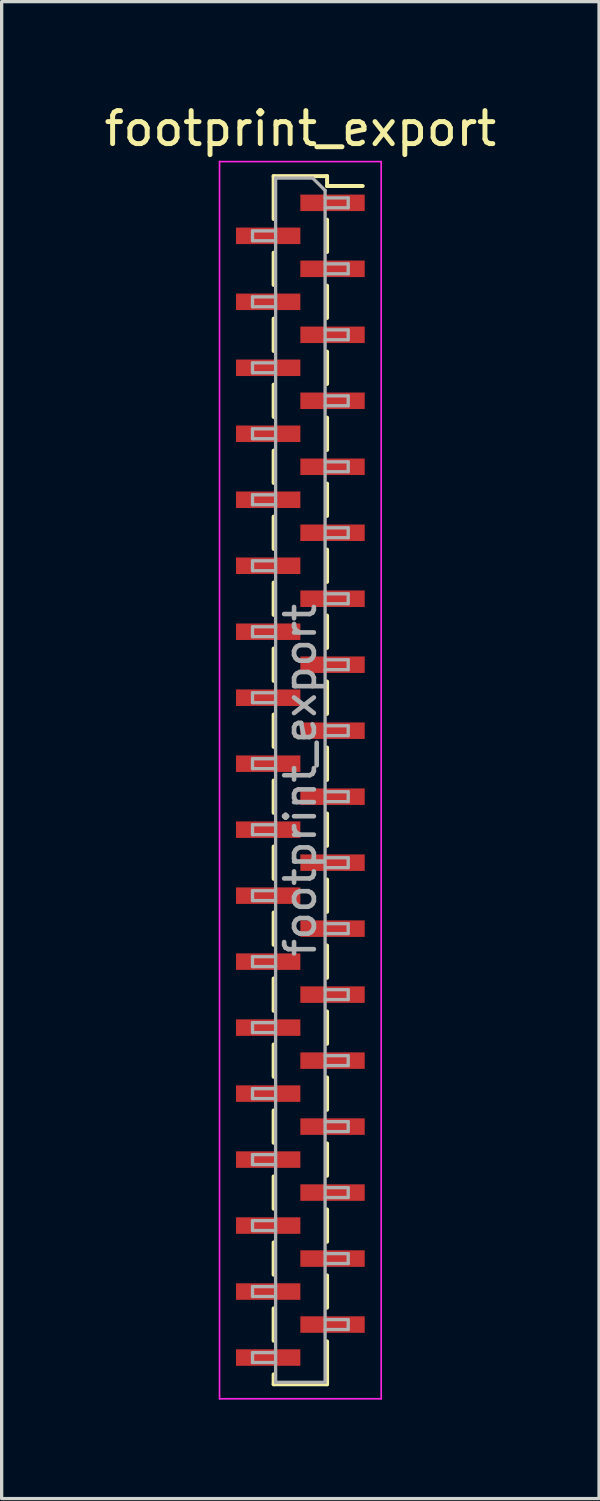
<source format=kicad_pcb>
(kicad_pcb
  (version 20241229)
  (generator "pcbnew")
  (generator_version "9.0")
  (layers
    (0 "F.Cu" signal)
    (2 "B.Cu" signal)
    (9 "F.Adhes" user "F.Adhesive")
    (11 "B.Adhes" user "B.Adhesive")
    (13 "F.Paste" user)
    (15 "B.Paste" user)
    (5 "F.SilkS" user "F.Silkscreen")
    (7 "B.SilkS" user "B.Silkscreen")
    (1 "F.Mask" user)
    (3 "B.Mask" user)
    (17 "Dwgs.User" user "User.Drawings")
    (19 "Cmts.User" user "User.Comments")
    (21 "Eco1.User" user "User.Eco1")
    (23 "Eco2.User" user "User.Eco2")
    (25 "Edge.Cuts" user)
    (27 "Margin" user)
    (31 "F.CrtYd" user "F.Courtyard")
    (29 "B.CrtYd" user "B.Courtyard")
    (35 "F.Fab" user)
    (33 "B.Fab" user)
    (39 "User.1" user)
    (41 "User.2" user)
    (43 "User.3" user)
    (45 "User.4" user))
  (footprint "footprint_export"
    (layer "F.Cu")
    (at 6.054 20.598)
    (property "Reference" "footprint_export" (at 0 -19.75 0) (layer "F.SilkS") (effects (font (size 1 1) (thickness 0.15))))
    (attr smd)
    (fp_line (start -0.81 -18.31) (end -0.81 -17.01) (stroke (width 0.12) (type solid)) (layer "F.SilkS"))
    (fp_line (start -0.81 -18.31) (end 0.81 -18.31) (stroke (width 0.12) (type solid)) (layer "F.SilkS"))
    (fp_line (start -0.81 -15.99) (end -0.81 -15.01) (stroke (width 0.12) (type solid)) (layer "F.SilkS"))
    (fp_line (start -0.81 -13.99) (end -0.81 -13.01) (stroke (width 0.12) (type solid)) (layer "F.SilkS"))
    (fp_line (start -0.81 -11.99) (end -0.81 -11.01) (stroke (width 0.12) (type solid)) (layer "F.SilkS"))
    (fp_line (start -0.81 -9.99) (end -0.81 -9.01) (stroke (width 0.12) (type solid)) (layer "F.SilkS"))
    (fp_line (start -0.81 -7.99) (end -0.81 -7.01) (stroke (width 0.12) (type solid)) (layer "F.SilkS"))
    (fp_line (start -0.81 -5.99) (end -0.81 -5.01) (stroke (width 0.12) (type solid)) (layer "F.SilkS"))
    (fp_line (start -0.81 -3.99) (end -0.81 -3.01) (stroke (width 0.12) (type solid)) (layer "F.SilkS"))
    (fp_line (start -0.81 -1.99) (end -0.81 -1.01) (stroke (width 0.12) (type solid)) (layer "F.SilkS"))
    (fp_line (start -0.81 0.01) (end -0.81 0.99) (stroke (width 0.12) (type solid)) (layer "F.SilkS"))
    (fp_line (start -0.81 2.01) (end -0.81 2.99) (stroke (width 0.12) (type solid)) (layer "F.SilkS"))
    (fp_line (start -0.81 4.01) (end -0.81 4.99) (stroke (width 0.12) (type solid)) (layer "F.SilkS"))
    (fp_line (start -0.81 6.01) (end -0.81 6.99) (stroke (width 0.12) (type solid)) (layer "F.SilkS"))
    (fp_line (start -0.81 8.01) (end -0.81 8.99) (stroke (width 0.12) (type solid)) (layer "F.SilkS"))
    (fp_line (start -0.81 10.01) (end -0.81 10.99) (stroke (width 0.12) (type solid)) (layer "F.SilkS"))
    (fp_line (start -0.81 12.01) (end -0.81 12.99) (stroke (width 0.12) (type solid)) (layer "F.SilkS"))
    (fp_line (start -0.81 14.01) (end -0.81 14.99) (stroke (width 0.12) (type solid)) (layer "F.SilkS"))
    (fp_line (start -0.81 16.01) (end -0.81 16.99) (stroke (width 0.12) (type solid)) (layer "F.SilkS"))
    (fp_line (start -0.81 18.01) (end -0.81 18.31) (stroke (width 0.12) (type solid)) (layer "F.SilkS"))
    (fp_line (start -0.81 18.31) (end 0.81 18.31) (stroke (width 0.12) (type solid)) (layer "F.SilkS"))
    (fp_line (start 0.81 -18.31) (end 0.81 -18.01) (stroke (width 0.12) (type solid)) (layer "F.SilkS"))
    (fp_line (start 0.81 -18.01) (end 1.89 -18.01) (stroke (width 0.12) (type solid)) (layer "F.SilkS"))
    (fp_line (start 0.81 -16.99) (end 0.81 -16.01) (stroke (width 0.12) (type solid)) (layer "F.SilkS"))
    (fp_line (start 0.81 -14.99) (end 0.81 -14.01) (stroke (width 0.12) (type solid)) (layer "F.SilkS"))
    (fp_line (start 0.81 -12.99) (end 0.81 -12.01) (stroke (width 0.12) (type solid)) (layer "F.SilkS"))
    (fp_line (start 0.81 -10.99) (end 0.81 -10.01) (stroke (width 0.12) (type solid)) (layer "F.SilkS"))
    (fp_line (start 0.81 -8.99) (end 0.81 -8.01) (stroke (width 0.12) (type solid)) (layer "F.SilkS"))
    (fp_line (start 0.81 -6.99) (end 0.81 -6.01) (stroke (width 0.12) (type solid)) (layer "F.SilkS"))
    (fp_line (start 0.81 -4.99) (end 0.81 -4.01) (stroke (width 0.12) (type solid)) (layer "F.SilkS"))
    (fp_line (start 0.81 -2.99) (end 0.81 -2.01) (stroke (width 0.12) (type solid)) (layer "F.SilkS"))
    (fp_line (start 0.81 -0.99) (end 0.81 -0.01) (stroke (width 0.12) (type solid)) (layer "F.SilkS"))
    (fp_line (start 0.81 1.01) (end 0.81 1.99) (stroke (width 0.12) (type solid)) (layer "F.SilkS"))
    (fp_line (start 0.81 3.01) (end 0.81 3.99) (stroke (width 0.12) (type solid)) (layer "F.SilkS"))
    (fp_line (start 0.81 5.01) (end 0.81 5.99) (stroke (width 0.12) (type solid)) (layer "F.SilkS"))
    (fp_line (start 0.81 7.01) (end 0.81 7.99) (stroke (width 0.12) (type solid)) (layer "F.SilkS"))
    (fp_line (start 0.81 9.01) (end 0.81 9.99) (stroke (width 0.12) (type solid)) (layer "F.SilkS"))
    (fp_line (start 0.81 11.01) (end 0.81 11.99) (stroke (width 0.12) (type solid)) (layer "F.SilkS"))
    (fp_line (start 0.81 13.01) (end 0.81 13.99) (stroke (width 0.12) (type solid)) (layer "F.SilkS"))
    (fp_line (start 0.81 15.01) (end 0.81 15.99) (stroke (width 0.12) (type solid)) (layer "F.SilkS"))
    (fp_line (start 0.81 17.01) (end 0.81 18.31) (stroke (width 0.12) (type solid)) (layer "F.SilkS"))
    (fp_line (start -2.45 -18.75) (end 2.45 -18.75) (stroke (width 0.05) (type solid)) (layer "F.CrtYd"))
    (fp_line (start -2.45 18.75) (end -2.45 -18.75) (stroke (width 0.05) (type solid)) (layer "F.CrtYd"))
    (fp_line (start 2.45 -18.75) (end 2.45 18.75) (stroke (width 0.05) (type solid)) (layer "F.CrtYd"))
    (fp_line (start 2.45 18.75) (end -2.45 18.75) (stroke (width 0.05) (type solid)) (layer "F.CrtYd"))
    (fp_line (start -1.45 -16.65) (end -0.75 -16.65) (stroke (width 0.1) (type solid)) (layer "F.Fab"))
    (fp_line (start -1.45 -16.35) (end -1.45 -16.65) (stroke (width 0.1) (type solid)) (layer "F.Fab"))
    (fp_line (start -1.45 -14.65) (end -0.75 -14.65) (stroke (width 0.1) (type solid)) (layer "F.Fab"))
    (fp_line (start -1.45 -14.35) (end -1.45 -14.65) (stroke (width 0.1) (type solid)) (layer "F.Fab"))
    (fp_line (start -1.45 -12.65) (end -0.75 -12.65) (stroke (width 0.1) (type solid)) (layer "F.Fab"))
    (fp_line (start -1.45 -12.35) (end -1.45 -12.65) (stroke (width 0.1) (type solid)) (layer "F.Fab"))
    (fp_line (start -1.45 -10.65) (end -0.75 -10.65) (stroke (width 0.1) (type solid)) (layer "F.Fab"))
    (fp_line (start -1.45 -10.35) (end -1.45 -10.65) (stroke (width 0.1) (type solid)) (layer "F.Fab"))
    (fp_line (start -1.45 -8.65) (end -0.75 -8.65) (stroke (width 0.1) (type solid)) (layer "F.Fab"))
    (fp_line (start -1.45 -8.35) (end -1.45 -8.65) (stroke (width 0.1) (type solid)) (layer "F.Fab"))
    (fp_line (start -1.45 -6.65) (end -0.75 -6.65) (stroke (width 0.1) (type solid)) (layer "F.Fab"))
    (fp_line (start -1.45 -6.35) (end -1.45 -6.65) (stroke (width 0.1) (type solid)) (layer "F.Fab"))
    (fp_line (start -1.45 -4.65) (end -0.75 -4.65) (stroke (width 0.1) (type solid)) (layer "F.Fab"))
    (fp_line (start -1.45 -4.35) (end -1.45 -4.65) (stroke (width 0.1) (type solid)) (layer "F.Fab"))
    (fp_line (start -1.45 -2.65) (end -0.75 -2.65) (stroke (width 0.1) (type solid)) (layer "F.Fab"))
    (fp_line (start -1.45 -2.35) (end -1.45 -2.65) (stroke (width 0.1) (type solid)) (layer "F.Fab"))
    (fp_line (start -1.45 -0.65) (end -0.75 -0.65) (stroke (width 0.1) (type solid)) (layer "F.Fab"))
    (fp_line (start -1.45 -0.35) (end -1.45 -0.65) (stroke (width 0.1) (type solid)) (layer "F.Fab"))
    (fp_line (start -1.45 1.35) (end -0.75 1.35) (stroke (width 0.1) (type solid)) (layer "F.Fab"))
    (fp_line (start -1.45 1.65) (end -1.45 1.35) (stroke (width 0.1) (type solid)) (layer "F.Fab"))
    (fp_line (start -1.45 3.35) (end -0.75 3.35) (stroke (width 0.1) (type solid)) (layer "F.Fab"))
    (fp_line (start -1.45 3.65) (end -1.45 3.35) (stroke (width 0.1) (type solid)) (layer "F.Fab"))
    (fp_line (start -1.45 5.35) (end -0.75 5.35) (stroke (width 0.1) (type solid)) (layer "F.Fab"))
    (fp_line (start -1.45 5.65) (end -1.45 5.35) (stroke (width 0.1) (type solid)) (layer "F.Fab"))
    (fp_line (start -1.45 7.35) (end -0.75 7.35) (stroke (width 0.1) (type solid)) (layer "F.Fab"))
    (fp_line (start -1.45 7.65) (end -1.45 7.35) (stroke (width 0.1) (type solid)) (layer "F.Fab"))
    (fp_line (start -1.45 9.35) (end -0.75 9.35) (stroke (width 0.1) (type solid)) (layer "F.Fab"))
    (fp_line (start -1.45 9.65) (end -1.45 9.35) (stroke (width 0.1) (type solid)) (layer "F.Fab"))
    (fp_line (start -1.45 11.35) (end -0.75 11.35) (stroke (width 0.1) (type solid)) (layer "F.Fab"))
    (fp_line (start -1.45 11.65) (end -1.45 11.35) (stroke (width 0.1) (type solid)) (layer "F.Fab"))
    (fp_line (start -1.45 13.35) (end -0.75 13.35) (stroke (width 0.1) (type solid)) (layer "F.Fab"))
    (fp_line (start -1.45 13.65) (end -1.45 13.35) (stroke (width 0.1) (type solid)) (layer "F.Fab"))
    (fp_line (start -1.45 15.35) (end -0.75 15.35) (stroke (width 0.1) (type solid)) (layer "F.Fab"))
    (fp_line (start -1.45 15.65) (end -1.45 15.35) (stroke (width 0.1) (type solid)) (layer "F.Fab"))
    (fp_line (start -1.45 17.35) (end -0.75 17.35) (stroke (width 0.1) (type solid)) (layer "F.Fab"))
    (fp_line (start -1.45 17.65) (end -1.45 17.35) (stroke (width 0.1) (type solid)) (layer "F.Fab"))
    (fp_line (start -0.75 -18.25) (end 0.375 -18.25) (stroke (width 0.1) (type solid)) (layer "F.Fab"))
    (fp_line (start -0.75 -16.35) (end -1.45 -16.35) (stroke (width 0.1) (type solid)) (layer "F.Fab"))
    (fp_line (start -0.75 -14.35) (end -1.45 -14.35) (stroke (width 0.1) (type solid)) (layer "F.Fab"))
    (fp_line (start -0.75 -12.35) (end -1.45 -12.35) (stroke (width 0.1) (type solid)) (layer "F.Fab"))
    (fp_line (start -0.75 -10.35) (end -1.45 -10.35) (stroke (width 0.1) (type solid)) (layer "F.Fab"))
    (fp_line (start -0.75 -8.35) (end -1.45 -8.35) (stroke (width 0.1) (type solid)) (layer "F.Fab"))
    (fp_line (start -0.75 -6.35) (end -1.45 -6.35) (stroke (width 0.1) (type solid)) (layer "F.Fab"))
    (fp_line (start -0.75 -4.35) (end -1.45 -4.35) (stroke (width 0.1) (type solid)) (layer "F.Fab"))
    (fp_line (start -0.75 -2.35) (end -1.45 -2.35) (stroke (width 0.1) (type solid)) (layer "F.Fab"))
    (fp_line (start -0.75 -0.35) (end -1.45 -0.35) (stroke (width 0.1) (type solid)) (layer "F.Fab"))
    (fp_line (start -0.75 1.65) (end -1.45 1.65) (stroke (width 0.1) (type solid)) (layer "F.Fab"))
    (fp_line (start -0.75 3.65) (end -1.45 3.65) (stroke (width 0.1) (type solid)) (layer "F.Fab"))
    (fp_line (start -0.75 5.65) (end -1.45 5.65) (stroke (width 0.1) (type solid)) (layer "F.Fab"))
    (fp_line (start -0.75 7.65) (end -1.45 7.65) (stroke (width 0.1) (type solid)) (layer "F.Fab"))
    (fp_line (start -0.75 9.65) (end -1.45 9.65) (stroke (width 0.1) (type solid)) (layer "F.Fab"))
    (fp_line (start -0.75 11.65) (end -1.45 11.65) (stroke (width 0.1) (type solid)) (layer "F.Fab"))
    (fp_line (start -0.75 13.65) (end -1.45 13.65) (stroke (width 0.1) (type solid)) (layer "F.Fab"))
    (fp_line (start -0.75 15.65) (end -1.45 15.65) (stroke (width 0.1) (type solid)) (layer "F.Fab"))
    (fp_line (start -0.75 17.65) (end -1.45 17.65) (stroke (width 0.1) (type solid)) (layer "F.Fab"))
    (fp_line (start -0.75 18.25) (end -0.75 -18.25) (stroke (width 0.1) (type solid)) (layer "F.Fab"))
    (fp_line (start 0.375 -18.25) (end 0.75 -17.875) (stroke (width 0.1) (type solid)) (layer "F.Fab"))
    (fp_line (start 0.75 -17.875) (end 0.75 18.25) (stroke (width 0.1) (type solid)) (layer "F.Fab"))
    (fp_line (start 0.75 -17.65) (end 1.45 -17.65) (stroke (width 0.1) (type solid)) (layer "F.Fab"))
    (fp_line (start 0.75 -15.65) (end 1.45 -15.65) (stroke (width 0.1) (type solid)) (layer "F.Fab"))
    (fp_line (start 0.75 -13.65) (end 1.45 -13.65) (stroke (width 0.1) (type solid)) (layer "F.Fab"))
    (fp_line (start 0.75 -11.65) (end 1.45 -11.65) (stroke (width 0.1) (type solid)) (layer "F.Fab"))
    (fp_line (start 0.75 -9.65) (end 1.45 -9.65) (stroke (width 0.1) (type solid)) (layer "F.Fab"))
    (fp_line (start 0.75 -7.65) (end 1.45 -7.65) (stroke (width 0.1) (type solid)) (layer "F.Fab"))
    (fp_line (start 0.75 -5.65) (end 1.45 -5.65) (stroke (width 0.1) (type solid)) (layer "F.Fab"))
    (fp_line (start 0.75 -3.65) (end 1.45 -3.65) (stroke (width 0.1) (type solid)) (layer "F.Fab"))
    (fp_line (start 0.75 -1.65) (end 1.45 -1.65) (stroke (width 0.1) (type solid)) (layer "F.Fab"))
    (fp_line (start 0.75 0.35) (end 1.45 0.35) (stroke (width 0.1) (type solid)) (layer "F.Fab"))
    (fp_line (start 0.75 2.35) (end 1.45 2.35) (stroke (width 0.1) (type solid)) (layer "F.Fab"))
    (fp_line (start 0.75 4.35) (end 1.45 4.35) (stroke (width 0.1) (type solid)) (layer "F.Fab"))
    (fp_line (start 0.75 6.35) (end 1.45 6.35) (stroke (width 0.1) (type solid)) (layer "F.Fab"))
    (fp_line (start 0.75 8.35) (end 1.45 8.35) (stroke (width 0.1) (type solid)) (layer "F.Fab"))
    (fp_line (start 0.75 10.35) (end 1.45 10.35) (stroke (width 0.1) (type solid)) (layer "F.Fab"))
    (fp_line (start 0.75 12.35) (end 1.45 12.35) (stroke (width 0.1) (type solid)) (layer "F.Fab"))
    (fp_line (start 0.75 14.35) (end 1.45 14.35) (stroke (width 0.1) (type solid)) (layer "F.Fab"))
    (fp_line (start 0.75 16.35) (end 1.45 16.35) (stroke (width 0.1) (type solid)) (layer "F.Fab"))
    (fp_line (start 0.75 18.25) (end -0.75 18.25) (stroke (width 0.1) (type solid)) (layer "F.Fab"))
    (fp_line (start 1.45 -17.65) (end 1.45 -17.35) (stroke (width 0.1) (type solid)) (layer "F.Fab"))
    (fp_line (start 1.45 -17.35) (end 0.75 -17.35) (stroke (width 0.1) (type solid)) (layer "F.Fab"))
    (fp_line (start 1.45 -15.65) (end 1.45 -15.35) (stroke (width 0.1) (type solid)) (layer "F.Fab"))
    (fp_line (start 1.45 -15.35) (end 0.75 -15.35) (stroke (width 0.1) (type solid)) (layer "F.Fab"))
    (fp_line (start 1.45 -13.65) (end 1.45 -13.35) (stroke (width 0.1) (type solid)) (layer "F.Fab"))
    (fp_line (start 1.45 -13.35) (end 0.75 -13.35) (stroke (width 0.1) (type solid)) (layer "F.Fab"))
    (fp_line (start 1.45 -11.65) (end 1.45 -11.35) (stroke (width 0.1) (type solid)) (layer "F.Fab"))
    (fp_line (start 1.45 -11.35) (end 0.75 -11.35) (stroke (width 0.1) (type solid)) (layer "F.Fab"))
    (fp_line (start 1.45 -9.65) (end 1.45 -9.35) (stroke (width 0.1) (type solid)) (layer "F.Fab"))
    (fp_line (start 1.45 -9.35) (end 0.75 -9.35) (stroke (width 0.1) (type solid)) (layer "F.Fab"))
    (fp_line (start 1.45 -7.65) (end 1.45 -7.35) (stroke (width 0.1) (type solid)) (layer "F.Fab"))
    (fp_line (start 1.45 -7.35) (end 0.75 -7.35) (stroke (width 0.1) (type solid)) (layer "F.Fab"))
    (fp_line (start 1.45 -5.65) (end 1.45 -5.35) (stroke (width 0.1) (type solid)) (layer "F.Fab"))
    (fp_line (start 1.45 -5.35) (end 0.75 -5.35) (stroke (width 0.1) (type solid)) (layer "F.Fab"))
    (fp_line (start 1.45 -3.65) (end 1.45 -3.35) (stroke (width 0.1) (type solid)) (layer "F.Fab"))
    (fp_line (start 1.45 -3.35) (end 0.75 -3.35) (stroke (width 0.1) (type solid)) (layer "F.Fab"))
    (fp_line (start 1.45 -1.65) (end 1.45 -1.35) (stroke (width 0.1) (type solid)) (layer "F.Fab"))
    (fp_line (start 1.45 -1.35) (end 0.75 -1.35) (stroke (width 0.1) (type solid)) (layer "F.Fab"))
    (fp_line (start 1.45 0.35) (end 1.45 0.65) (stroke (width 0.1) (type solid)) (layer "F.Fab"))
    (fp_line (start 1.45 0.65) (end 0.75 0.65) (stroke (width 0.1) (type solid)) (layer "F.Fab"))
    (fp_line (start 1.45 2.35) (end 1.45 2.65) (stroke (width 0.1) (type solid)) (layer "F.Fab"))
    (fp_line (start 1.45 2.65) (end 0.75 2.65) (stroke (width 0.1) (type solid)) (layer "F.Fab"))
    (fp_line (start 1.45 4.35) (end 1.45 4.65) (stroke (width 0.1) (type solid)) (layer "F.Fab"))
    (fp_line (start 1.45 4.65) (end 0.75 4.65) (stroke (width 0.1) (type solid)) (layer "F.Fab"))
    (fp_line (start 1.45 6.35) (end 1.45 6.65) (stroke (width 0.1) (type solid)) (layer "F.Fab"))
    (fp_line (start 1.45 6.65) (end 0.75 6.65) (stroke (width 0.1) (type solid)) (layer "F.Fab"))
    (fp_line (start 1.45 8.35) (end 1.45 8.65) (stroke (width 0.1) (type solid)) (layer "F.Fab"))
    (fp_line (start 1.45 8.65) (end 0.75 8.65) (stroke (width 0.1) (type solid)) (layer "F.Fab"))
    (fp_line (start 1.45 10.35) (end 1.45 10.65) (stroke (width 0.1) (type solid)) (layer "F.Fab"))
    (fp_line (start 1.45 10.65) (end 0.75 10.65) (stroke (width 0.1) (type solid)) (layer "F.Fab"))
    (fp_line (start 1.45 12.35) (end 1.45 12.65) (stroke (width 0.1) (type solid)) (layer "F.Fab"))
    (fp_line (start 1.45 12.65) (end 0.75 12.65) (stroke (width 0.1) (type solid)) (layer "F.Fab"))
    (fp_line (start 1.45 14.35) (end 1.45 14.65) (stroke (width 0.1) (type solid)) (layer "F.Fab"))
    (fp_line (start 1.45 14.65) (end 0.75 14.65) (stroke (width 0.1) (type solid)) (layer "F.Fab"))
    (fp_line (start 1.45 16.35) (end 1.45 16.65) (stroke (width 0.1) (type solid)) (layer "F.Fab"))
    (fp_line (start 1.45 16.65) (end 0.75 16.65) (stroke (width 0.1) (type solid)) (layer "F.Fab"))
    (fp_text user "${REFERENCE}" (at 0 0 90) (layer "F.Fab") (effects (font (size 0.9 0.9) (thickness 0.14))))
    (pad "1" smd rect (at 0.975 -17.5) (size 1.95 0.5) (layers "F.Cu" "F.Mask" "F.Paste"))
    (pad "2" smd rect (at -0.975 -16.5) (size 1.95 0.5) (layers "F.Cu" "F.Mask" "F.Paste"))
    (pad "3" smd rect (at 0.975 -15.5) (size 1.95 0.5) (layers "F.Cu" "F.Mask" "F.Paste"))
    (pad "4" smd rect (at -0.975 -14.5) (size 1.95 0.5) (layers "F.Cu" "F.Mask" "F.Paste"))
    (pad "5" smd rect (at 0.975 -13.5) (size 1.95 0.5) (layers "F.Cu" "F.Mask" "F.Paste"))
    (pad "6" smd rect (at -0.975 -12.5) (size 1.95 0.5) (layers "F.Cu" "F.Mask" "F.Paste"))
    (pad "7" smd rect (at 0.975 -11.5) (size 1.95 0.5) (layers "F.Cu" "F.Mask" "F.Paste"))
    (pad "8" smd rect (at -0.975 -10.5) (size 1.95 0.5) (layers "F.Cu" "F.Mask" "F.Paste"))
    (pad "9" smd rect (at 0.975 -9.5) (size 1.95 0.5) (layers "F.Cu" "F.Mask" "F.Paste"))
    (pad "10" smd rect (at -0.975 -8.5) (size 1.95 0.5) (layers "F.Cu" "F.Mask" "F.Paste"))
    (pad "11" smd rect (at 0.975 -7.5) (size 1.95 0.5) (layers "F.Cu" "F.Mask" "F.Paste"))
    (pad "12" smd rect (at -0.975 -6.5) (size 1.95 0.5) (layers "F.Cu" "F.Mask" "F.Paste"))
    (pad "13" smd rect (at 0.975 -5.5) (size 1.95 0.5) (layers "F.Cu" "F.Mask" "F.Paste"))
    (pad "14" smd rect (at -0.975 -4.5) (size 1.95 0.5) (layers "F.Cu" "F.Mask" "F.Paste"))
    (pad "15" smd rect (at 0.975 -3.5) (size 1.95 0.5) (layers "F.Cu" "F.Mask" "F.Paste"))
    (pad "16" smd rect (at -0.975 -2.5) (size 1.95 0.5) (layers "F.Cu" "F.Mask" "F.Paste"))
    (pad "17" smd rect (at 0.975 -1.5) (size 1.95 0.5) (layers "F.Cu" "F.Mask" "F.Paste"))
    (pad "18" smd rect (at -0.975 -0.5) (size 1.95 0.5) (layers "F.Cu" "F.Mask" "F.Paste"))
    (pad "19" smd rect (at 0.975 0.5) (size 1.95 0.5) (layers "F.Cu" "F.Mask" "F.Paste"))
    (pad "20" smd rect (at -0.975 1.5) (size 1.95 0.5) (layers "F.Cu" "F.Mask" "F.Paste"))
    (pad "21" smd rect (at 0.975 2.5) (size 1.95 0.5) (layers "F.Cu" "F.Mask" "F.Paste"))
    (pad "22" smd rect (at -0.975 3.5) (size 1.95 0.5) (layers "F.Cu" "F.Mask" "F.Paste"))
    (pad "23" smd rect (at 0.975 4.5) (size 1.95 0.5) (layers "F.Cu" "F.Mask" "F.Paste"))
    (pad "24" smd rect (at -0.975 5.5) (size 1.95 0.5) (layers "F.Cu" "F.Mask" "F.Paste"))
    (pad "25" smd rect (at 0.975 6.5) (size 1.95 0.5) (layers "F.Cu" "F.Mask" "F.Paste"))
    (pad "26" smd rect (at -0.975 7.5) (size 1.95 0.5) (layers "F.Cu" "F.Mask" "F.Paste"))
    (pad "27" smd rect (at 0.975 8.5) (size 1.95 0.5) (layers "F.Cu" "F.Mask" "F.Paste"))
    (pad "28" smd rect (at -0.975 9.5) (size 1.95 0.5) (layers "F.Cu" "F.Mask" "F.Paste"))
    (pad "29" smd rect (at 0.975 10.5) (size 1.95 0.5) (layers "F.Cu" "F.Mask" "F.Paste"))
    (pad "30" smd rect (at -0.975 11.5) (size 1.95 0.5) (layers "F.Cu" "F.Mask" "F.Paste"))
    (pad "31" smd rect (at 0.975 12.5) (size 1.95 0.5) (layers "F.Cu" "F.Mask" "F.Paste"))
    (pad "32" smd rect (at -0.975 13.5) (size 1.95 0.5) (layers "F.Cu" "F.Mask" "F.Paste"))
    (pad "33" smd rect (at 0.975 14.5) (size 1.95 0.5) (layers "F.Cu" "F.Mask" "F.Paste"))
    (pad "34" smd rect (at -0.975 15.5) (size 1.95 0.5) (layers "F.Cu" "F.Mask" "F.Paste"))
    (pad "35" smd rect (at 0.975 16.5) (size 1.95 0.5) (layers "F.Cu" "F.Mask" "F.Paste"))
    (pad "36" smd rect (at -0.975 17.5) (size 1.95 0.5) (layers "F.Cu" "F.Mask" "F.Paste")))
  (gr_rect
    (start -3 -3)
    (end 15.107 42.373)
    (stroke (width 0.1) (type default))
    (fill no)
    (layer "Edge.Cuts")))
</source>
